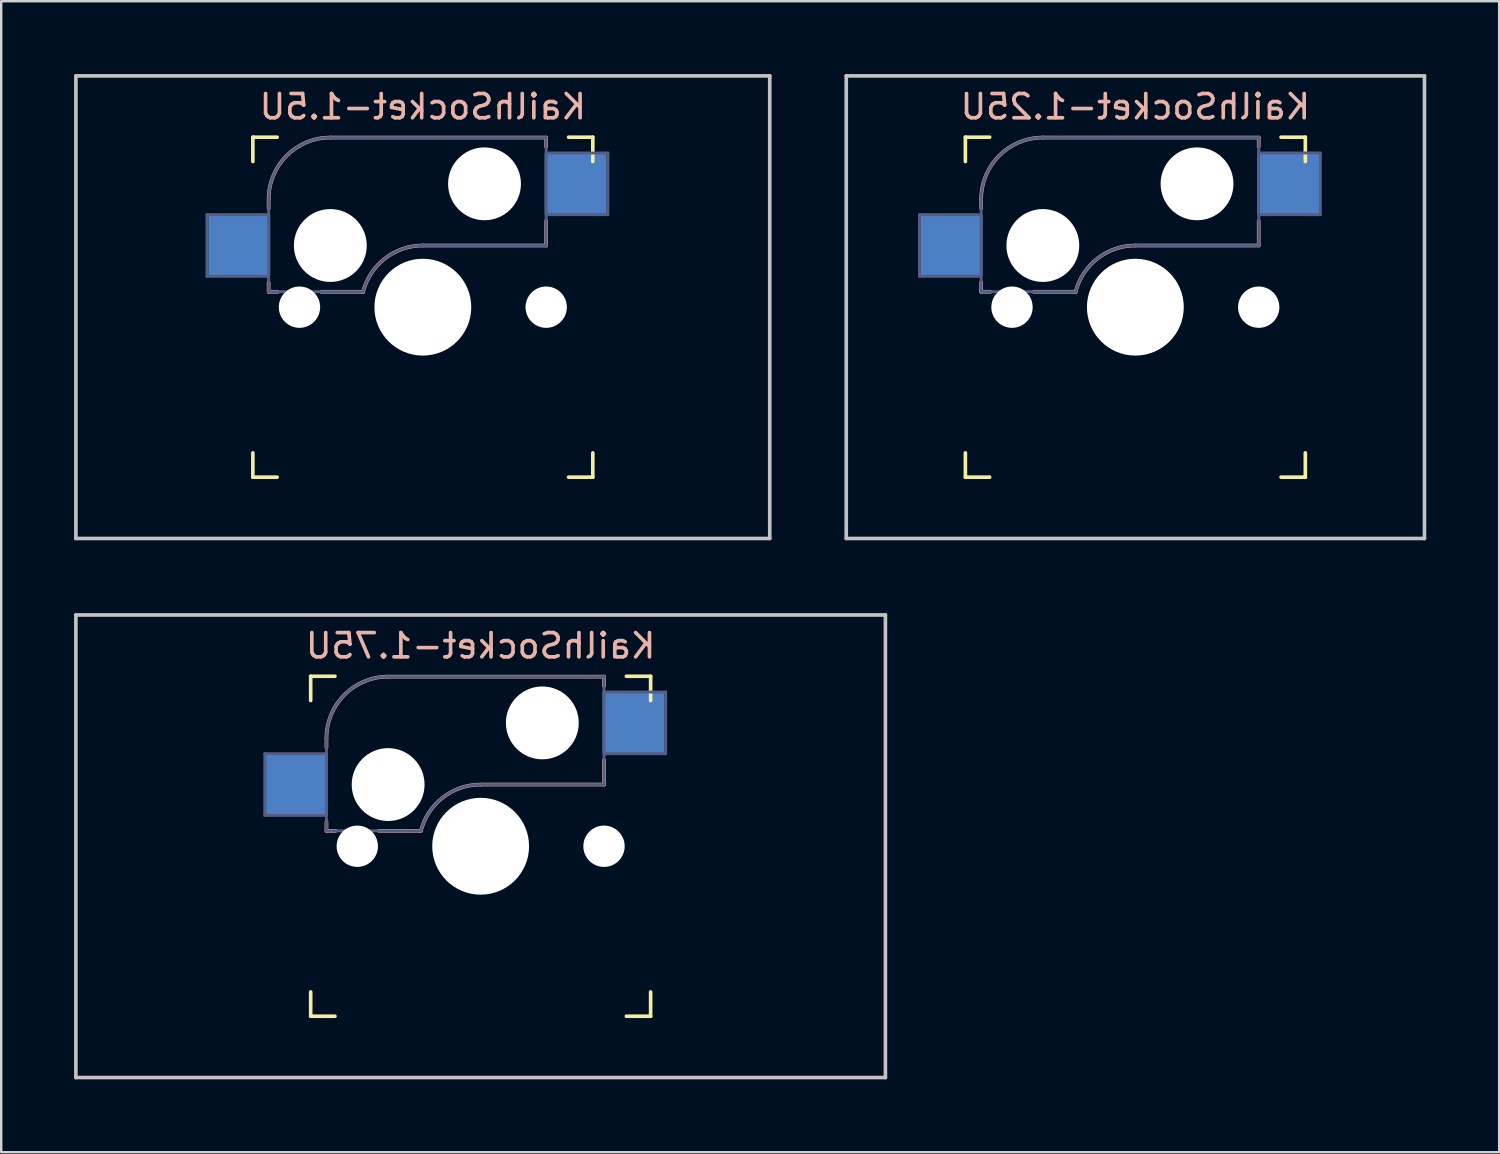
<source format=kicad_pcb>
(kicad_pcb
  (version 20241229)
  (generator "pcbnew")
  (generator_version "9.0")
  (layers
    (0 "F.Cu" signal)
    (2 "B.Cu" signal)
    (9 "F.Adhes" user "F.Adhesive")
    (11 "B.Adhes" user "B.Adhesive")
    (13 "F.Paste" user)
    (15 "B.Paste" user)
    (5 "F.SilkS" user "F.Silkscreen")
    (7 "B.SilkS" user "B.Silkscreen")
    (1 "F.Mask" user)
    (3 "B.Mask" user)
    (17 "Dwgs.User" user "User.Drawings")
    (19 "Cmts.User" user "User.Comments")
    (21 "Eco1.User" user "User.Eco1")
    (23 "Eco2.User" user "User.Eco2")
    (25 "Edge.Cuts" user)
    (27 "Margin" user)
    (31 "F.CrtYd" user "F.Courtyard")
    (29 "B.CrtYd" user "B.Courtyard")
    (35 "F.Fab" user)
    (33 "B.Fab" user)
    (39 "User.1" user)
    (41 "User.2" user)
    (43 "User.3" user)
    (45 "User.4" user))
  (footprint "KailhSocket-1.75U"
    (layer "F.Cu")
    (at 16.744 31.8)
    (property "Reference" "KailhSocket-1.75U" (at 0 -8.255 0) (layer "B.SilkS") (effects (font (size 1 1) (thickness 0.15)) (justify mirror)))
    (attr through_hole)
    (fp_line (start -7 -6) (end -7 -7) (stroke (width 0.15) (type solid)) (layer "F.SilkS"))
    (fp_line (start -7 7) (end -7 6) (stroke (width 0.15) (type solid)) (layer "F.SilkS"))
    (fp_line (start -7 7) (end -6 7) (stroke (width 0.15) (type solid)) (layer "F.SilkS"))
    (fp_line (start -6 -7) (end -7 -7) (stroke (width 0.15) (type solid)) (layer "F.SilkS"))
    (fp_line (start 6 7) (end 7 7) (stroke (width 0.15) (type solid)) (layer "F.SilkS"))
    (fp_line (start 7 -7) (end 6 -7) (stroke (width 0.15) (type solid)) (layer "F.SilkS"))
    (fp_line (start 7 -7) (end 7 -6) (stroke (width 0.15) (type solid)) (layer "F.SilkS"))
    (fp_line (start 7 6) (end 7 7) (stroke (width 0.15) (type solid)) (layer "F.SilkS"))
    (fp_line (start -6.35 -4.445) (end -6.35 -4.064) (stroke (width 0.15) (type solid)) (layer "B.SilkS"))
    (fp_line (start -6.35 -1.016) (end -6.35 -0.635) (stroke (width 0.15) (type solid)) (layer "B.SilkS"))
    (fp_line (start -5.969 -0.635) (end -6.35 -0.635) (stroke (width 0.15) (type solid)) (layer "B.SilkS"))
    (fp_line (start -3.81 -6.985) (end 5.08 -6.985) (stroke (width 0.15) (type solid)) (layer "B.SilkS"))
    (fp_line (start -2.464 -0.635) (end -4.191 -0.635) (stroke (width 0.15) (type solid)) (layer "B.SilkS"))
    (fp_line (start 5.08 -6.985) (end 5.08 -6.604) (stroke (width 0.15) (type solid)) (layer "B.SilkS"))
    (fp_line (start 5.08 -3.556) (end 5.08 -2.54) (stroke (width 0.15) (type solid)) (layer "B.SilkS"))
    (fp_line (start 5.08 -2.54) (end 0 -2.54) (stroke (width 0.15) (type solid)) (layer "B.SilkS"))
    (fp_arc (start -6.35 -4.445) (mid -5.606051 -6.241051) (end -3.81 -6.985) (stroke (width 0.15) (type solid)) (layer "B.SilkS"))
    (fp_arc (start -2.464162 -0.61604) (mid -1.563147 -2.002042) (end 0 -2.54) (stroke (width 0.15) (type solid)) (layer "B.SilkS"))
    (fp_line (start -16.669 -9.525) (end 16.669 -9.525) (stroke (width 0.15) (type solid)) (layer "Dwgs.User"))
    (fp_line (start -16.669 9.525) (end -16.669 -9.525) (stroke (width 0.15) (type solid)) (layer "Dwgs.User"))
    (fp_line (start -16.669 9.525) (end 16.669 9.525) (stroke (width 0.15) (type solid)) (layer "Dwgs.User"))
    (fp_line (start 16.669 -9.525) (end 16.669 9.525) (stroke (width 0.15) (type solid)) (layer "Dwgs.User"))
    (fp_line (start -8.89 -3.81) (end -6.35 -3.81) (stroke (width 0.12) (type solid)) (layer "B.Fab"))
    (fp_line (start -8.89 -1.27) (end -8.89 -3.81) (stroke (width 0.12) (type solid)) (layer "B.Fab"))
    (fp_line (start -6.35 -1.27) (end -8.89 -1.27) (stroke (width 0.12) (type solid)) (layer "B.Fab"))
    (fp_line (start -6.35 -0.635) (end -6.35 -4.445) (stroke (width 0.12) (type solid)) (layer "B.Fab"))
    (fp_line (start -6.35 -0.635) (end -2.54 -0.635) (stroke (width 0.12) (type solid)) (layer "B.Fab"))
    (fp_line (start -3.81 -6.985) (end 5.08 -6.985) (stroke (width 0.12) (type solid)) (layer "B.Fab"))
    (fp_line (start 5.08 -6.985) (end 5.08 -2.54) (stroke (width 0.12) (type solid)) (layer "B.Fab"))
    (fp_line (start 5.08 -6.35) (end 7.62 -6.35) (stroke (width 0.12) (type solid)) (layer "B.Fab"))
    (fp_line (start 5.08 -2.54) (end 0 -2.54) (stroke (width 0.12) (type solid)) (layer "B.Fab"))
    (fp_line (start 7.62 -6.35) (end 7.62 -3.81) (stroke (width 0.12) (type solid)) (layer "B.Fab"))
    (fp_line (start 7.62 -3.81) (end 5.08 -3.81) (stroke (width 0.12) (type solid)) (layer "B.Fab"))
    (fp_arc (start -6.35 -4.445) (mid -5.606051 -6.241051) (end -3.81 -6.985) (stroke (width 0.12) (type solid)) (layer "B.Fab"))
    (fp_arc (start -2.464162 -0.61604) (mid -1.563147 -2.002042) (end 0 -2.54) (stroke (width 0.12) (type solid)) (layer "B.Fab"))
    (pad "" np_thru_hole circle (at -5.08 0) (size 1.702 1.702) (drill 1.702) (layers "*.Cu" "*.Mask"))
    (pad "" np_thru_hole circle (at -3.81 -2.54) (size 3 3) (drill 3) (layers "*.Cu" "*.Mask"))
    (pad "" np_thru_hole circle (at 0 0) (size 3.988 3.988) (drill 3.988) (layers "*.Cu" "*.Mask"))
    (pad "" np_thru_hole circle (at 2.54 -5.08) (size 3 3) (drill 3) (layers "*.Cu" "*.Mask"))
    (pad "" np_thru_hole circle (at 5.08 0) (size 1.702 1.702) (drill 1.702) (layers "*.Cu" "*.Mask"))
    (pad "1" smd rect (at 6.29 -5.08) (size 2.55 2.5) (layers "B.Cu" "B.Mask" "B.Paste"))
    (pad "2" smd rect (at -7.56 -2.54) (size 2.55 2.5) (layers "B.Cu" "B.Mask" "B.Paste")))
  (footprint "KailhSocket-1.5U"
    (layer "F.Cu")
    (at 14.363 9.6)
    (property "Reference" "KailhSocket-1.5U" (at 0 -8.255 0) (layer "B.SilkS") (effects (font (size 1 1) (thickness 0.15)) (justify mirror)))
    (attr through_hole)
    (fp_line (start -7 -6) (end -7 -7) (stroke (width 0.15) (type solid)) (layer "F.SilkS"))
    (fp_line (start -7 7) (end -7 6) (stroke (width 0.15) (type solid)) (layer "F.SilkS"))
    (fp_line (start -7 7) (end -6 7) (stroke (width 0.15) (type solid)) (layer "F.SilkS"))
    (fp_line (start -6 -7) (end -7 -7) (stroke (width 0.15) (type solid)) (layer "F.SilkS"))
    (fp_line (start 6 7) (end 7 7) (stroke (width 0.15) (type solid)) (layer "F.SilkS"))
    (fp_line (start 7 -7) (end 6 -7) (stroke (width 0.15) (type solid)) (layer "F.SilkS"))
    (fp_line (start 7 -7) (end 7 -6) (stroke (width 0.15) (type solid)) (layer "F.SilkS"))
    (fp_line (start 7 6) (end 7 7) (stroke (width 0.15) (type solid)) (layer "F.SilkS"))
    (fp_line (start -6.35 -4.445) (end -6.35 -4.064) (stroke (width 0.15) (type solid)) (layer "B.SilkS"))
    (fp_line (start -6.35 -1.016) (end -6.35 -0.635) (stroke (width 0.15) (type solid)) (layer "B.SilkS"))
    (fp_line (start -5.969 -0.635) (end -6.35 -0.635) (stroke (width 0.15) (type solid)) (layer "B.SilkS"))
    (fp_line (start -3.81 -6.985) (end 5.08 -6.985) (stroke (width 0.15) (type solid)) (layer "B.SilkS"))
    (fp_line (start -2.464 -0.635) (end -4.191 -0.635) (stroke (width 0.15) (type solid)) (layer "B.SilkS"))
    (fp_line (start 5.08 -6.985) (end 5.08 -6.604) (stroke (width 0.15) (type solid)) (layer "B.SilkS"))
    (fp_line (start 5.08 -3.556) (end 5.08 -2.54) (stroke (width 0.15) (type solid)) (layer "B.SilkS"))
    (fp_line (start 5.08 -2.54) (end 0 -2.54) (stroke (width 0.15) (type solid)) (layer "B.SilkS"))
    (fp_arc (start -6.35 -4.445) (mid -5.606051 -6.241051) (end -3.81 -6.985) (stroke (width 0.15) (type solid)) (layer "B.SilkS"))
    (fp_arc (start -2.464162 -0.61604) (mid -1.563147 -2.002042) (end 0 -2.54) (stroke (width 0.15) (type solid)) (layer "B.SilkS"))
    (fp_line (start -14.287 -9.525) (end 14.287 -9.525) (stroke (width 0.15) (type solid)) (layer "Dwgs.User"))
    (fp_line (start -14.287 9.525) (end -14.287 -9.525) (stroke (width 0.15) (type solid)) (layer "Dwgs.User"))
    (fp_line (start -14.287 9.525) (end 14.287 9.525) (stroke (width 0.15) (type solid)) (layer "Dwgs.User"))
    (fp_line (start 14.287 -9.525) (end 14.287 9.525) (stroke (width 0.15) (type solid)) (layer "Dwgs.User"))
    (fp_line (start -8.89 -3.81) (end -6.35 -3.81) (stroke (width 0.12) (type solid)) (layer "B.Fab"))
    (fp_line (start -8.89 -1.27) (end -8.89 -3.81) (stroke (width 0.12) (type solid)) (layer "B.Fab"))
    (fp_line (start -6.35 -1.27) (end -8.89 -1.27) (stroke (width 0.12) (type solid)) (layer "B.Fab"))
    (fp_line (start -6.35 -0.635) (end -6.35 -4.445) (stroke (width 0.12) (type solid)) (layer "B.Fab"))
    (fp_line (start -6.35 -0.635) (end -2.54 -0.635) (stroke (width 0.12) (type solid)) (layer "B.Fab"))
    (fp_line (start -3.81 -6.985) (end 5.08 -6.985) (stroke (width 0.12) (type solid)) (layer "B.Fab"))
    (fp_line (start 5.08 -6.985) (end 5.08 -2.54) (stroke (width 0.12) (type solid)) (layer "B.Fab"))
    (fp_line (start 5.08 -6.35) (end 7.62 -6.35) (stroke (width 0.12) (type solid)) (layer "B.Fab"))
    (fp_line (start 5.08 -2.54) (end 0 -2.54) (stroke (width 0.12) (type solid)) (layer "B.Fab"))
    (fp_line (start 7.62 -6.35) (end 7.62 -3.81) (stroke (width 0.12) (type solid)) (layer "B.Fab"))
    (fp_line (start 7.62 -3.81) (end 5.08 -3.81) (stroke (width 0.12) (type solid)) (layer "B.Fab"))
    (fp_arc (start -6.35 -4.445) (mid -5.606051 -6.241051) (end -3.81 -6.985) (stroke (width 0.12) (type solid)) (layer "B.Fab"))
    (fp_arc (start -2.464162 -0.61604) (mid -1.563147 -2.002042) (end 0 -2.54) (stroke (width 0.12) (type solid)) (layer "B.Fab"))
    (pad "" np_thru_hole circle (at -5.08 0) (size 1.702 1.702) (drill 1.702) (layers "*.Cu" "*.Mask"))
    (pad "" np_thru_hole circle (at -3.81 -2.54) (size 3 3) (drill 3) (layers "*.Cu" "*.Mask"))
    (pad "" np_thru_hole circle (at 0 0) (size 3.988 3.988) (drill 3.988) (layers "*.Cu" "*.Mask"))
    (pad "" np_thru_hole circle (at 2.54 -5.08) (size 3 3) (drill 3) (layers "*.Cu" "*.Mask"))
    (pad "" np_thru_hole circle (at 5.08 0) (size 1.702 1.702) (drill 1.702) (layers "*.Cu" "*.Mask"))
    (pad "1" smd rect (at 6.29 -5.08) (size 2.55 2.5) (layers "B.Cu" "B.Mask" "B.Paste"))
    (pad "2" smd rect (at -7.56 -2.54) (size 2.55 2.5) (layers "B.Cu" "B.Mask" "B.Paste")))
  (footprint "KailhSocket-1.25U"
    (layer "F.Cu")
    (at 43.706 9.6)
    (property "Reference" "KailhSocket-1.25U" (at 0 -8.255 0) (layer "B.SilkS") (effects (font (size 1 1) (thickness 0.15)) (justify mirror)))
    (attr through_hole)
    (fp_line (start -7 -6) (end -7 -7) (stroke (width 0.15) (type solid)) (layer "F.SilkS"))
    (fp_line (start -7 7) (end -7 6) (stroke (width 0.15) (type solid)) (layer "F.SilkS"))
    (fp_line (start -7 7) (end -6 7) (stroke (width 0.15) (type solid)) (layer "F.SilkS"))
    (fp_line (start -6 -7) (end -7 -7) (stroke (width 0.15) (type solid)) (layer "F.SilkS"))
    (fp_line (start 6 7) (end 7 7) (stroke (width 0.15) (type solid)) (layer "F.SilkS"))
    (fp_line (start 7 -7) (end 6 -7) (stroke (width 0.15) (type solid)) (layer "F.SilkS"))
    (fp_line (start 7 -7) (end 7 -6) (stroke (width 0.15) (type solid)) (layer "F.SilkS"))
    (fp_line (start 7 6) (end 7 7) (stroke (width 0.15) (type solid)) (layer "F.SilkS"))
    (fp_line (start -6.35 -4.445) (end -6.35 -4.064) (stroke (width 0.15) (type solid)) (layer "B.SilkS"))
    (fp_line (start -6.35 -1.016) (end -6.35 -0.635) (stroke (width 0.15) (type solid)) (layer "B.SilkS"))
    (fp_line (start -5.969 -0.635) (end -6.35 -0.635) (stroke (width 0.15) (type solid)) (layer "B.SilkS"))
    (fp_line (start -3.81 -6.985) (end 5.08 -6.985) (stroke (width 0.15) (type solid)) (layer "B.SilkS"))
    (fp_line (start -2.464 -0.635) (end -4.191 -0.635) (stroke (width 0.15) (type solid)) (layer "B.SilkS"))
    (fp_line (start 5.08 -6.985) (end 5.08 -6.604) (stroke (width 0.15) (type solid)) (layer "B.SilkS"))
    (fp_line (start 5.08 -3.556) (end 5.08 -2.54) (stroke (width 0.15) (type solid)) (layer "B.SilkS"))
    (fp_line (start 5.08 -2.54) (end 0 -2.54) (stroke (width 0.15) (type solid)) (layer "B.SilkS"))
    (fp_arc (start -6.35 -4.445) (mid -5.606051 -6.241051) (end -3.81 -6.985) (stroke (width 0.15) (type solid)) (layer "B.SilkS"))
    (fp_arc (start -2.464162 -0.61604) (mid -1.563147 -2.002042) (end 0 -2.54) (stroke (width 0.15) (type solid)) (layer "B.SilkS"))
    (fp_line (start -11.906 -9.525) (end 11.906 -9.525) (stroke (width 0.15) (type solid)) (layer "Dwgs.User"))
    (fp_line (start -11.906 9.525) (end -11.906 -9.525) (stroke (width 0.15) (type solid)) (layer "Dwgs.User"))
    (fp_line (start -11.906 9.525) (end 11.906 9.525) (stroke (width 0.15) (type solid)) (layer "Dwgs.User"))
    (fp_line (start 11.906 -9.525) (end 11.906 9.525) (stroke (width 0.15) (type solid)) (layer "Dwgs.User"))
    (fp_line (start -8.89 -3.81) (end -6.35 -3.81) (stroke (width 0.12) (type solid)) (layer "B.Fab"))
    (fp_line (start -8.89 -1.27) (end -8.89 -3.81) (stroke (width 0.12) (type solid)) (layer "B.Fab"))
    (fp_line (start -6.35 -1.27) (end -8.89 -1.27) (stroke (width 0.12) (type solid)) (layer "B.Fab"))
    (fp_line (start -6.35 -0.635) (end -6.35 -4.445) (stroke (width 0.12) (type solid)) (layer "B.Fab"))
    (fp_line (start -6.35 -0.635) (end -2.54 -0.635) (stroke (width 0.12) (type solid)) (layer "B.Fab"))
    (fp_line (start -3.81 -6.985) (end 5.08 -6.985) (stroke (width 0.12) (type solid)) (layer "B.Fab"))
    (fp_line (start 5.08 -6.985) (end 5.08 -2.54) (stroke (width 0.12) (type solid)) (layer "B.Fab"))
    (fp_line (start 5.08 -6.35) (end 7.62 -6.35) (stroke (width 0.12) (type solid)) (layer "B.Fab"))
    (fp_line (start 5.08 -2.54) (end 0 -2.54) (stroke (width 0.12) (type solid)) (layer "B.Fab"))
    (fp_line (start 7.62 -6.35) (end 7.62 -3.81) (stroke (width 0.12) (type solid)) (layer "B.Fab"))
    (fp_line (start 7.62 -3.81) (end 5.08 -3.81) (stroke (width 0.12) (type solid)) (layer "B.Fab"))
    (fp_arc (start -6.35 -4.445) (mid -5.606051 -6.241051) (end -3.81 -6.985) (stroke (width 0.12) (type solid)) (layer "B.Fab"))
    (fp_arc (start -2.464162 -0.61604) (mid -1.563147 -2.002042) (end 0 -2.54) (stroke (width 0.12) (type solid)) (layer "B.Fab"))
    (pad "" np_thru_hole circle (at -5.08 0) (size 1.702 1.702) (drill 1.702) (layers "*.Cu" "*.Mask"))
    (pad "" np_thru_hole circle (at -3.81 -2.54) (size 3 3) (drill 3) (layers "*.Cu" "*.Mask"))
    (pad "" np_thru_hole circle (at 0 0) (size 3.988 3.988) (drill 3.988) (layers "*.Cu" "*.Mask"))
    (pad "" np_thru_hole circle (at 2.54 -5.08) (size 3 3) (drill 3) (layers "*.Cu" "*.Mask"))
    (pad "" np_thru_hole circle (at 5.08 0) (size 1.702 1.702) (drill 1.702) (layers "*.Cu" "*.Mask"))
    (pad "1" smd rect (at 6.29 -5.08) (size 2.55 2.5) (layers "B.Cu" "B.Mask" "B.Paste"))
    (pad "2" smd rect (at -7.56 -2.54) (size 2.55 2.5) (layers "B.Cu" "B.Mask" "B.Paste")))
  (gr_rect
    (start -3 -3)
    (end 58.688 44.4)
    (stroke (width 0.1) (type default))
    (fill no)
    (layer "Edge.Cuts")))
</source>
